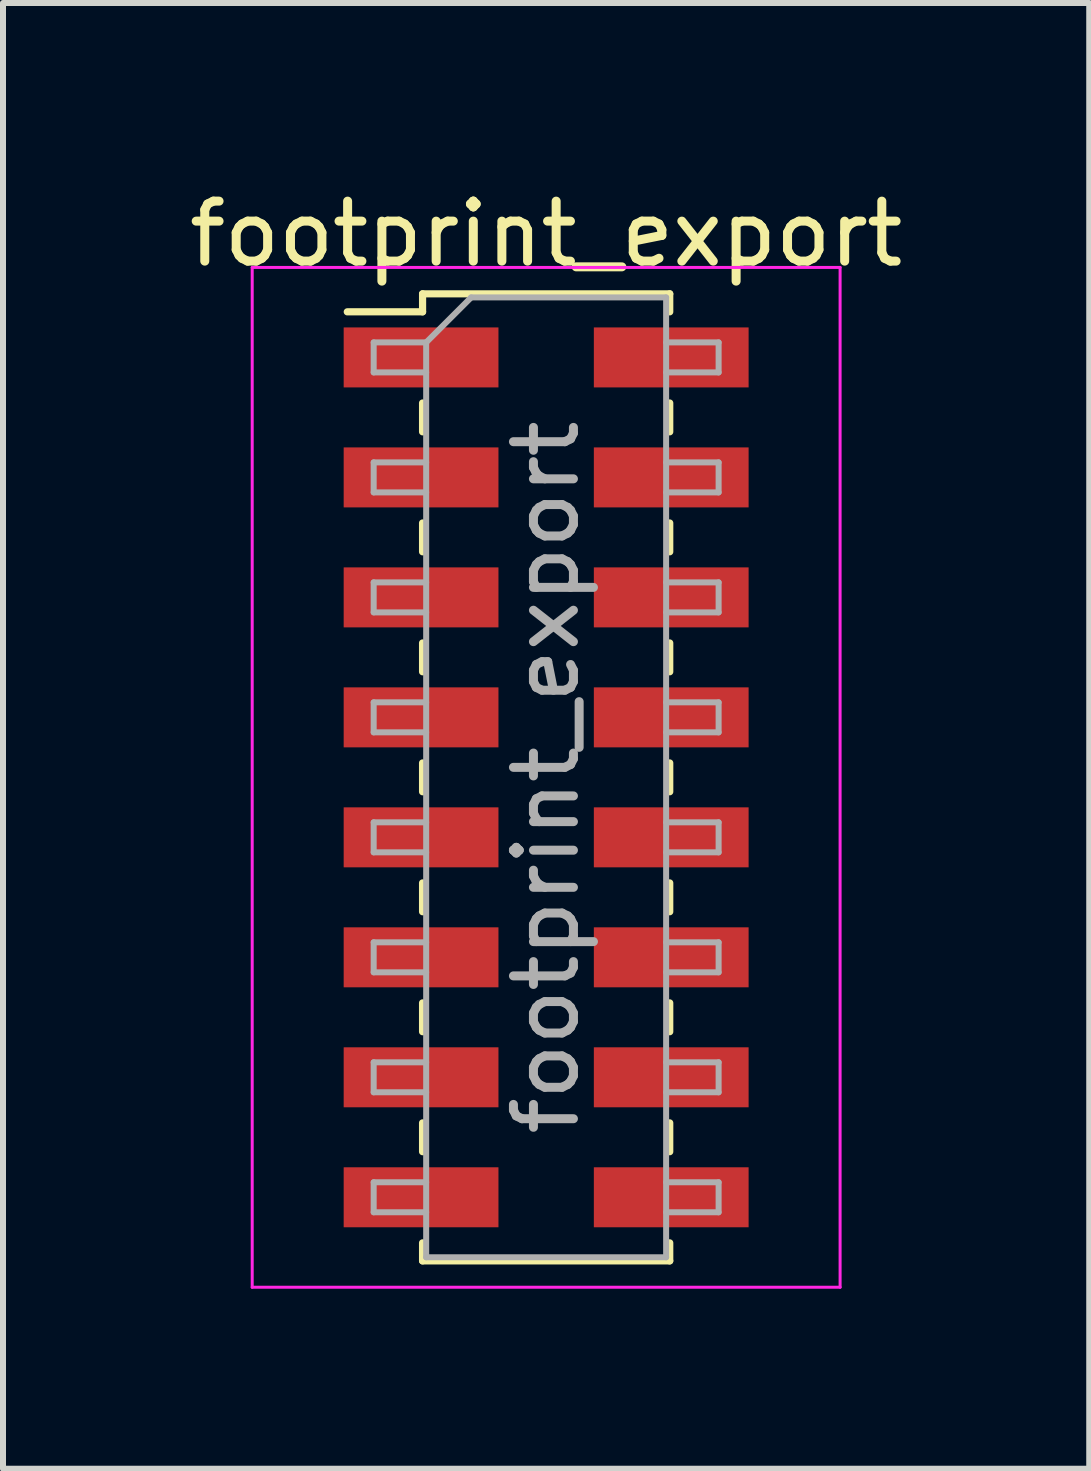
<source format=kicad_pcb>
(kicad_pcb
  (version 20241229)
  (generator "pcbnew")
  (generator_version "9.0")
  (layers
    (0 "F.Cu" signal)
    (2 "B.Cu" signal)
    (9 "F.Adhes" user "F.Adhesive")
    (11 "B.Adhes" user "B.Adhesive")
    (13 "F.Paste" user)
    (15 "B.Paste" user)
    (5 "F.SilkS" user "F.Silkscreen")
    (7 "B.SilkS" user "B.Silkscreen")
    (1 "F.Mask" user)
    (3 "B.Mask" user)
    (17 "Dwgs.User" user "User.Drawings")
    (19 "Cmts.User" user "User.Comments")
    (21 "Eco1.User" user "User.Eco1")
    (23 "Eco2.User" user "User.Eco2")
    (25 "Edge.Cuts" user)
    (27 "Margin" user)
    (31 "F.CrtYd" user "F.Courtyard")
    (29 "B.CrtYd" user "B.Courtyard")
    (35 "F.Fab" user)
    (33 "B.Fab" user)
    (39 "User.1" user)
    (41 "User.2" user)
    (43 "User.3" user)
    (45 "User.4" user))
  (footprint "footprint_export"
    (layer "F.Cu")
    (at 6.054 9.908)
    (property "Reference" "footprint_export" (at 0 -9.06 0) (layer "F.SilkS") (effects (font (size 1 1) (thickness 0.15))))
    (attr smd)
    (fp_line (start -3.315 -7.76) (end -2.06 -7.76) (stroke (width 0.12) (type solid)) (layer "F.SilkS"))
    (fp_line (start -2.06 -8.06) (end -2.06 -7.76) (stroke (width 0.12) (type solid)) (layer "F.SilkS"))
    (fp_line (start -2.06 -8.06) (end 2.06 -8.06) (stroke (width 0.12) (type solid)) (layer "F.SilkS"))
    (fp_line (start -2.06 -6.24) (end -2.06 -5.76) (stroke (width 0.12) (type solid)) (layer "F.SilkS"))
    (fp_line (start -2.06 -4.24) (end -2.06 -3.76) (stroke (width 0.12) (type solid)) (layer "F.SilkS"))
    (fp_line (start -2.06 -2.24) (end -2.06 -1.76) (stroke (width 0.12) (type solid)) (layer "F.SilkS"))
    (fp_line (start -2.06 -0.24) (end -2.06 0.24) (stroke (width 0.12) (type solid)) (layer "F.SilkS"))
    (fp_line (start -2.06 1.76) (end -2.06 2.24) (stroke (width 0.12) (type solid)) (layer "F.SilkS"))
    (fp_line (start -2.06 3.76) (end -2.06 4.24) (stroke (width 0.12) (type solid)) (layer "F.SilkS"))
    (fp_line (start -2.06 5.76) (end -2.06 6.24) (stroke (width 0.12) (type solid)) (layer "F.SilkS"))
    (fp_line (start -2.06 7.76) (end -2.06 8.06) (stroke (width 0.12) (type solid)) (layer "F.SilkS"))
    (fp_line (start -2.06 8.06) (end 2.06 8.06) (stroke (width 0.12) (type solid)) (layer "F.SilkS"))
    (fp_line (start 2.06 -8.06) (end 2.06 -7.76) (stroke (width 0.12) (type solid)) (layer "F.SilkS"))
    (fp_line (start 2.06 -6.24) (end 2.06 -5.76) (stroke (width 0.12) (type solid)) (layer "F.SilkS"))
    (fp_line (start 2.06 -4.24) (end 2.06 -3.76) (stroke (width 0.12) (type solid)) (layer "F.SilkS"))
    (fp_line (start 2.06 -2.24) (end 2.06 -1.76) (stroke (width 0.12) (type solid)) (layer "F.SilkS"))
    (fp_line (start 2.06 -0.24) (end 2.06 0.24) (stroke (width 0.12) (type solid)) (layer "F.SilkS"))
    (fp_line (start 2.06 1.76) (end 2.06 2.24) (stroke (width 0.12) (type solid)) (layer "F.SilkS"))
    (fp_line (start 2.06 3.76) (end 2.06 4.24) (stroke (width 0.12) (type solid)) (layer "F.SilkS"))
    (fp_line (start 2.06 5.76) (end 2.06 6.24) (stroke (width 0.12) (type solid)) (layer "F.SilkS"))
    (fp_line (start 2.06 7.76) (end 2.06 8.06) (stroke (width 0.12) (type solid)) (layer "F.SilkS"))
    (fp_line (start -4.9 -8.5) (end -4.9 8.5) (stroke (width 0.05) (type solid)) (layer "F.CrtYd"))
    (fp_line (start -4.9 8.5) (end 4.9 8.5) (stroke (width 0.05) (type solid)) (layer "F.CrtYd"))
    (fp_line (start 4.9 -8.5) (end -4.9 -8.5) (stroke (width 0.05) (type solid)) (layer "F.CrtYd"))
    (fp_line (start 4.9 8.5) (end 4.9 -8.5) (stroke (width 0.05) (type solid)) (layer "F.CrtYd"))
    (fp_line (start -2.875 -7.25) (end -2.875 -6.75) (stroke (width 0.1) (type solid)) (layer "F.Fab"))
    (fp_line (start -2.875 -6.75) (end -2 -6.75) (stroke (width 0.1) (type solid)) (layer "F.Fab"))
    (fp_line (start -2.875 -5.25) (end -2.875 -4.75) (stroke (width 0.1) (type solid)) (layer "F.Fab"))
    (fp_line (start -2.875 -4.75) (end -2 -4.75) (stroke (width 0.1) (type solid)) (layer "F.Fab"))
    (fp_line (start -2.875 -3.25) (end -2.875 -2.75) (stroke (width 0.1) (type solid)) (layer "F.Fab"))
    (fp_line (start -2.875 -2.75) (end -2 -2.75) (stroke (width 0.1) (type solid)) (layer "F.Fab"))
    (fp_line (start -2.875 -1.25) (end -2.875 -0.75) (stroke (width 0.1) (type solid)) (layer "F.Fab"))
    (fp_line (start -2.875 -0.75) (end -2 -0.75) (stroke (width 0.1) (type solid)) (layer "F.Fab"))
    (fp_line (start -2.875 0.75) (end -2.875 1.25) (stroke (width 0.1) (type solid)) (layer "F.Fab"))
    (fp_line (start -2.875 1.25) (end -2 1.25) (stroke (width 0.1) (type solid)) (layer "F.Fab"))
    (fp_line (start -2.875 2.75) (end -2.875 3.25) (stroke (width 0.1) (type solid)) (layer "F.Fab"))
    (fp_line (start -2.875 3.25) (end -2 3.25) (stroke (width 0.1) (type solid)) (layer "F.Fab"))
    (fp_line (start -2.875 4.75) (end -2.875 5.25) (stroke (width 0.1) (type solid)) (layer "F.Fab"))
    (fp_line (start -2.875 5.25) (end -2 5.25) (stroke (width 0.1) (type solid)) (layer "F.Fab"))
    (fp_line (start -2.875 6.75) (end -2.875 7.25) (stroke (width 0.1) (type solid)) (layer "F.Fab"))
    (fp_line (start -2.875 7.25) (end -2 7.25) (stroke (width 0.1) (type solid)) (layer "F.Fab"))
    (fp_line (start -2 -7.25) (end -2.875 -7.25) (stroke (width 0.1) (type solid)) (layer "F.Fab"))
    (fp_line (start -2 -7.25) (end -1.25 -8) (stroke (width 0.1) (type solid)) (layer "F.Fab"))
    (fp_line (start -2 -5.25) (end -2.875 -5.25) (stroke (width 0.1) (type solid)) (layer "F.Fab"))
    (fp_line (start -2 -3.25) (end -2.875 -3.25) (stroke (width 0.1) (type solid)) (layer "F.Fab"))
    (fp_line (start -2 -1.25) (end -2.875 -1.25) (stroke (width 0.1) (type solid)) (layer "F.Fab"))
    (fp_line (start -2 0.75) (end -2.875 0.75) (stroke (width 0.1) (type solid)) (layer "F.Fab"))
    (fp_line (start -2 2.75) (end -2.875 2.75) (stroke (width 0.1) (type solid)) (layer "F.Fab"))
    (fp_line (start -2 4.75) (end -2.875 4.75) (stroke (width 0.1) (type solid)) (layer "F.Fab"))
    (fp_line (start -2 6.75) (end -2.875 6.75) (stroke (width 0.1) (type solid)) (layer "F.Fab"))
    (fp_line (start -2 8) (end -2 -7.25) (stroke (width 0.1) (type solid)) (layer "F.Fab"))
    (fp_line (start -1.25 -8) (end 2 -8) (stroke (width 0.1) (type solid)) (layer "F.Fab"))
    (fp_line (start 2 -8) (end 2 8) (stroke (width 0.1) (type solid)) (layer "F.Fab"))
    (fp_line (start 2 -7.25) (end 2.875 -7.25) (stroke (width 0.1) (type solid)) (layer "F.Fab"))
    (fp_line (start 2 -5.25) (end 2.875 -5.25) (stroke (width 0.1) (type solid)) (layer "F.Fab"))
    (fp_line (start 2 -3.25) (end 2.875 -3.25) (stroke (width 0.1) (type solid)) (layer "F.Fab"))
    (fp_line (start 2 -1.25) (end 2.875 -1.25) (stroke (width 0.1) (type solid)) (layer "F.Fab"))
    (fp_line (start 2 0.75) (end 2.875 0.75) (stroke (width 0.1) (type solid)) (layer "F.Fab"))
    (fp_line (start 2 2.75) (end 2.875 2.75) (stroke (width 0.1) (type solid)) (layer "F.Fab"))
    (fp_line (start 2 4.75) (end 2.875 4.75) (stroke (width 0.1) (type solid)) (layer "F.Fab"))
    (fp_line (start 2 6.75) (end 2.875 6.75) (stroke (width 0.1) (type solid)) (layer "F.Fab"))
    (fp_line (start 2 8) (end -2 8) (stroke (width 0.1) (type solid)) (layer "F.Fab"))
    (fp_line (start 2.875 -7.25) (end 2.875 -6.75) (stroke (width 0.1) (type solid)) (layer "F.Fab"))
    (fp_line (start 2.875 -6.75) (end 2 -6.75) (stroke (width 0.1) (type solid)) (layer "F.Fab"))
    (fp_line (start 2.875 -5.25) (end 2.875 -4.75) (stroke (width 0.1) (type solid)) (layer "F.Fab"))
    (fp_line (start 2.875 -4.75) (end 2 -4.75) (stroke (width 0.1) (type solid)) (layer "F.Fab"))
    (fp_line (start 2.875 -3.25) (end 2.875 -2.75) (stroke (width 0.1) (type solid)) (layer "F.Fab"))
    (fp_line (start 2.875 -2.75) (end 2 -2.75) (stroke (width 0.1) (type solid)) (layer "F.Fab"))
    (fp_line (start 2.875 -1.25) (end 2.875 -0.75) (stroke (width 0.1) (type solid)) (layer "F.Fab"))
    (fp_line (start 2.875 -0.75) (end 2 -0.75) (stroke (width 0.1) (type solid)) (layer "F.Fab"))
    (fp_line (start 2.875 0.75) (end 2.875 1.25) (stroke (width 0.1) (type solid)) (layer "F.Fab"))
    (fp_line (start 2.875 1.25) (end 2 1.25) (stroke (width 0.1) (type solid)) (layer "F.Fab"))
    (fp_line (start 2.875 2.75) (end 2.875 3.25) (stroke (width 0.1) (type solid)) (layer "F.Fab"))
    (fp_line (start 2.875 3.25) (end 2 3.25) (stroke (width 0.1) (type solid)) (layer "F.Fab"))
    (fp_line (start 2.875 4.75) (end 2.875 5.25) (stroke (width 0.1) (type solid)) (layer "F.Fab"))
    (fp_line (start 2.875 5.25) (end 2 5.25) (stroke (width 0.1) (type solid)) (layer "F.Fab"))
    (fp_line (start 2.875 6.75) (end 2.875 7.25) (stroke (width 0.1) (type solid)) (layer "F.Fab"))
    (fp_line (start 2.875 7.25) (end 2 7.25) (stroke (width 0.1) (type solid)) (layer "F.Fab"))
    (fp_text user "${REFERENCE}" (at 0 0 90) (layer "F.Fab") (effects (font (size 1 1) (thickness 0.15))))
    (pad "1" smd rect (at -2.085 -7) (size 2.58 1) (layers "F.Cu" "F.Mask" "F.Paste"))
    (pad "2" smd rect (at 2.085 -7) (size 2.58 1) (layers "F.Cu" "F.Mask" "F.Paste"))
    (pad "3" smd rect (at -2.085 -5) (size 2.58 1) (layers "F.Cu" "F.Mask" "F.Paste"))
    (pad "4" smd rect (at 2.085 -5) (size 2.58 1) (layers "F.Cu" "F.Mask" "F.Paste"))
    (pad "5" smd rect (at -2.085 -3) (size 2.58 1) (layers "F.Cu" "F.Mask" "F.Paste"))
    (pad "6" smd rect (at 2.085 -3) (size 2.58 1) (layers "F.Cu" "F.Mask" "F.Paste"))
    (pad "7" smd rect (at -2.085 -1) (size 2.58 1) (layers "F.Cu" "F.Mask" "F.Paste"))
    (pad "8" smd rect (at 2.085 -1) (size 2.58 1) (layers "F.Cu" "F.Mask" "F.Paste"))
    (pad "9" smd rect (at -2.085 1) (size 2.58 1) (layers "F.Cu" "F.Mask" "F.Paste"))
    (pad "10" smd rect (at 2.085 1) (size 2.58 1) (layers "F.Cu" "F.Mask" "F.Paste"))
    (pad "11" smd rect (at -2.085 3) (size 2.58 1) (layers "F.Cu" "F.Mask" "F.Paste"))
    (pad "12" smd rect (at 2.085 3) (size 2.58 1) (layers "F.Cu" "F.Mask" "F.Paste"))
    (pad "13" smd rect (at -2.085 5) (size 2.58 1) (layers "F.Cu" "F.Mask" "F.Paste"))
    (pad "14" smd rect (at 2.085 5) (size 2.58 1) (layers "F.Cu" "F.Mask" "F.Paste"))
    (pad "15" smd rect (at -2.085 7) (size 2.58 1) (layers "F.Cu" "F.Mask" "F.Paste"))
    (pad "16" smd rect (at 2.085 7) (size 2.58 1) (layers "F.Cu" "F.Mask" "F.Paste")))
  (gr_rect
    (start -3 -3)
    (end 15.107 21.433)
    (stroke (width 0.1) (type default))
    (fill no)
    (layer "Edge.Cuts")))
</source>
